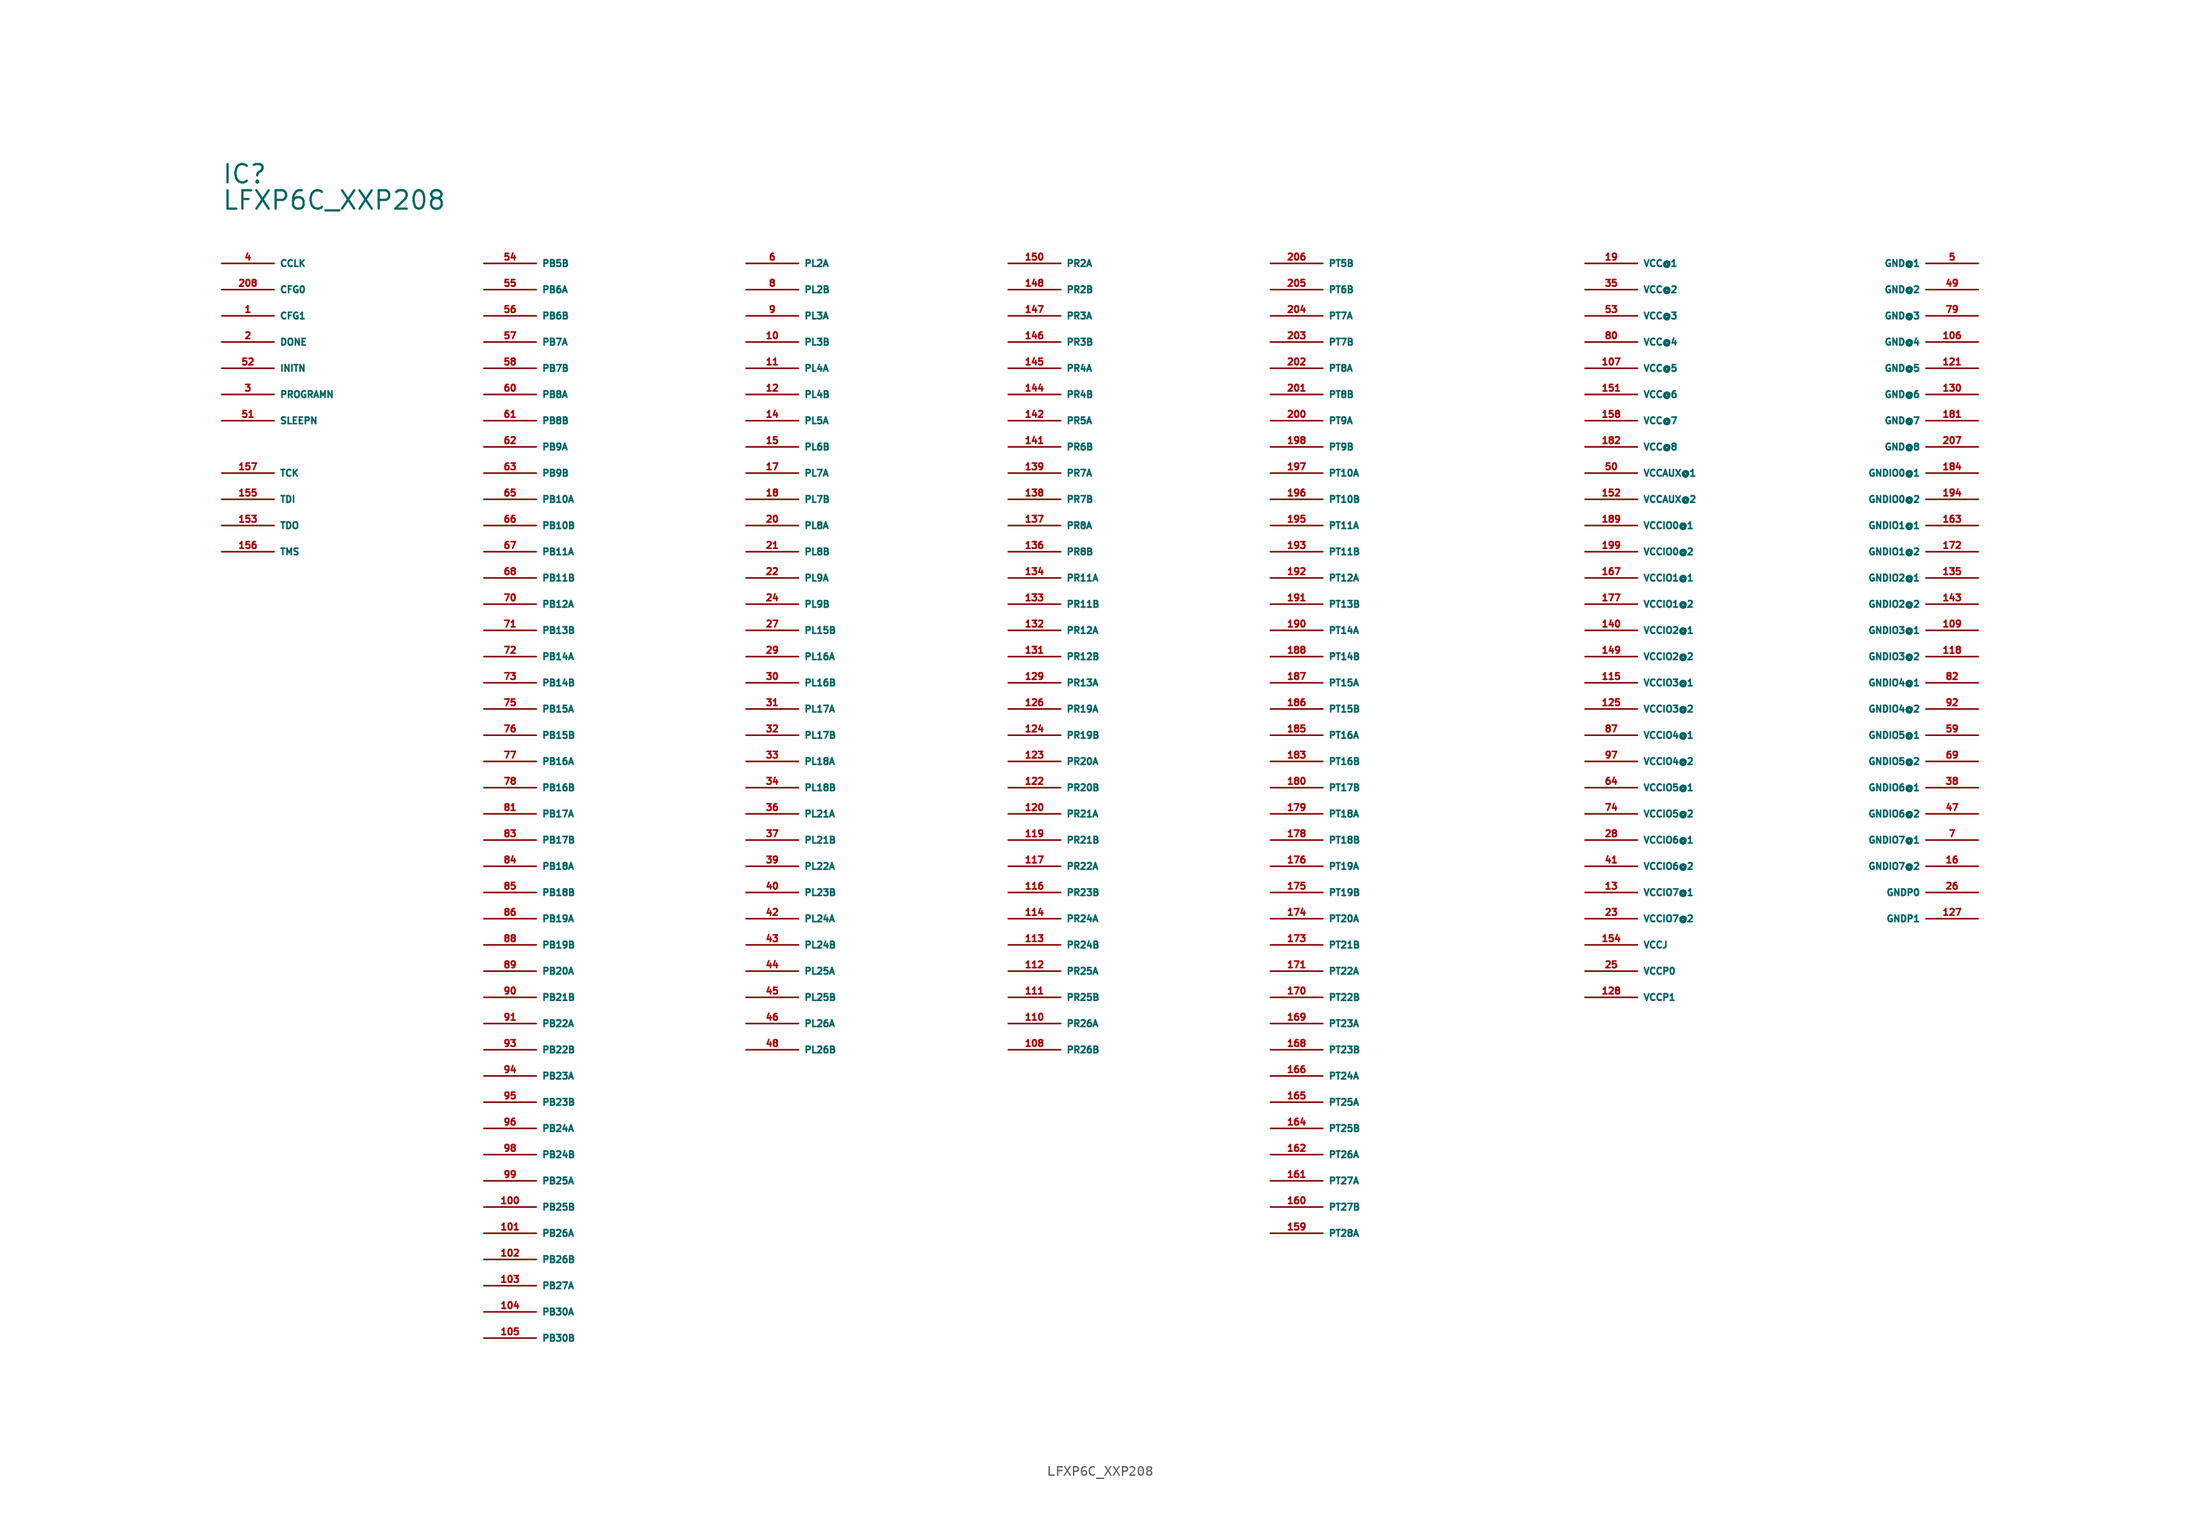
<source format=kicad_sym>
(kicad_symbol_lib
  (version 20220914)
  (generator Eagle2Kicad)
  (symbol "LFXP6C_XXP208"
    (property "Reference" "IC"
      (at -106.68 58.42 0)
      (effects (font (size 1.778 1.778) (thickness 0.22)) (justify left bottom)))
    (property "Value" "LFXP6C_XXP208"
      (at -106.68 55.88 0)
      (effects (font (size 1.778 1.778) (thickness 0.22)) (justify left bottom)))
    (pin bidirectional line
      (at -106.68 50.8 0)
      (length 5.08)
      (name "CCLK" (effects (font (size 0.635 0.635) (thickness 0.08)) (justify left bottom)))
      (number "4" (effects (font (size 0.635 0.635) (thickness 0.08)) (justify left bottom))))
    (pin input line
      (at -106.68 48.26 0)
      (length 5.08)
      (name "CFG0" (effects (font (size 0.635 0.635) (thickness 0.08)) (justify left bottom)))
      (number "208" (effects (font (size 0.635 0.635) (thickness 0.08)) (justify left bottom))))
    (pin input line
      (at -106.68 45.72 0)
      (length 5.08)
      (name "CFG1" (effects (font (size 0.635 0.635) (thickness 0.08)) (justify left bottom)))
      (number "1" (effects (font (size 0.635 0.635) (thickness 0.08)) (justify left bottom))))
    (pin bidirectional line
      (at -106.68 43.18 0)
      (length 5.08)
      (name "DONE" (effects (font (size 0.635 0.635) (thickness 0.08)) (justify left bottom)))
      (number "2" (effects (font (size 0.635 0.635) (thickness 0.08)) (justify left bottom))))
    (pin unspecified line
      (at 63.5 50.8 180)
      (length 5.08)
      (name "GND@1" (effects (font (size 0.635 0.635) (thickness 0.08)) (justify left bottom)))
      (number "5" (effects (font (size 0.635 0.635) (thickness 0.08)) (justify left bottom))))
    (pin unspecified line
      (at 63.5 48.26 180)
      (length 5.08)
      (name "GND@2" (effects (font (size 0.635 0.635) (thickness 0.08)) (justify left bottom)))
      (number "49" (effects (font (size 0.635 0.635) (thickness 0.08)) (justify left bottom))))
    (pin unspecified line
      (at 63.5 45.72 180)
      (length 5.08)
      (name "GND@3" (effects (font (size 0.635 0.635) (thickness 0.08)) (justify left bottom)))
      (number "79" (effects (font (size 0.635 0.635) (thickness 0.08)) (justify left bottom))))
    (pin unspecified line
      (at 63.5 43.18 180)
      (length 5.08)
      (name "GND@4" (effects (font (size 0.635 0.635) (thickness 0.08)) (justify left bottom)))
      (number "106" (effects (font (size 0.635 0.635) (thickness 0.08)) (justify left bottom))))
    (pin unspecified line
      (at 63.5 40.64 180)
      (length 5.08)
      (name "GND@5" (effects (font (size 0.635 0.635) (thickness 0.08)) (justify left bottom)))
      (number "121" (effects (font (size 0.635 0.635) (thickness 0.08)) (justify left bottom))))
    (pin unspecified line
      (at 63.5 38.1 180)
      (length 5.08)
      (name "GND@6" (effects (font (size 0.635 0.635) (thickness 0.08)) (justify left bottom)))
      (number "130" (effects (font (size 0.635 0.635) (thickness 0.08)) (justify left bottom))))
    (pin unspecified line
      (at 63.5 35.56 180)
      (length 5.08)
      (name "GND@7" (effects (font (size 0.635 0.635) (thickness 0.08)) (justify left bottom)))
      (number "181" (effects (font (size 0.635 0.635) (thickness 0.08)) (justify left bottom))))
    (pin unspecified line
      (at 63.5 33.02 180)
      (length 5.08)
      (name "GND@8" (effects (font (size 0.635 0.635) (thickness 0.08)) (justify left bottom)))
      (number "207" (effects (font (size 0.635 0.635) (thickness 0.08)) (justify left bottom))))
    (pin unspecified line
      (at 63.5 30.48 180)
      (length 5.08)
      (name "GNDIO0@1" (effects (font (size 0.635 0.635) (thickness 0.08)) (justify left bottom)))
      (number "184" (effects (font (size 0.635 0.635) (thickness 0.08)) (justify left bottom))))
    (pin unspecified line
      (at 63.5 27.94 180)
      (length 5.08)
      (name "GNDIO0@2" (effects (font (size 0.635 0.635) (thickness 0.08)) (justify left bottom)))
      (number "194" (effects (font (size 0.635 0.635) (thickness 0.08)) (justify left bottom))))
    (pin unspecified line
      (at 63.5 25.4 180)
      (length 5.08)
      (name "GNDIO1@1" (effects (font (size 0.635 0.635) (thickness 0.08)) (justify left bottom)))
      (number "163" (effects (font (size 0.635 0.635) (thickness 0.08)) (justify left bottom))))
    (pin unspecified line
      (at 63.5 22.86 180)
      (length 5.08)
      (name "GNDIO1@2" (effects (font (size 0.635 0.635) (thickness 0.08)) (justify left bottom)))
      (number "172" (effects (font (size 0.635 0.635) (thickness 0.08)) (justify left bottom))))
    (pin unspecified line
      (at 63.5 20.32 180)
      (length 5.08)
      (name "GNDIO2@1" (effects (font (size 0.635 0.635) (thickness 0.08)) (justify left bottom)))
      (number "135" (effects (font (size 0.635 0.635) (thickness 0.08)) (justify left bottom))))
    (pin unspecified line
      (at 63.5 17.78 180)
      (length 5.08)
      (name "GNDIO2@2" (effects (font (size 0.635 0.635) (thickness 0.08)) (justify left bottom)))
      (number "143" (effects (font (size 0.635 0.635) (thickness 0.08)) (justify left bottom))))
    (pin unspecified line
      (at 63.5 15.24 180)
      (length 5.08)
      (name "GNDIO3@1" (effects (font (size 0.635 0.635) (thickness 0.08)) (justify left bottom)))
      (number "109" (effects (font (size 0.635 0.635) (thickness 0.08)) (justify left bottom))))
    (pin unspecified line
      (at 63.5 12.7 180)
      (length 5.08)
      (name "GNDIO3@2" (effects (font (size 0.635 0.635) (thickness 0.08)) (justify left bottom)))
      (number "118" (effects (font (size 0.635 0.635) (thickness 0.08)) (justify left bottom))))
    (pin unspecified line
      (at 63.5 10.16 180)
      (length 5.08)
      (name "GNDIO4@1" (effects (font (size 0.635 0.635) (thickness 0.08)) (justify left bottom)))
      (number "82" (effects (font (size 0.635 0.635) (thickness 0.08)) (justify left bottom))))
    (pin unspecified line
      (at 63.5 7.62 180)
      (length 5.08)
      (name "GNDIO4@2" (effects (font (size 0.635 0.635) (thickness 0.08)) (justify left bottom)))
      (number "92" (effects (font (size 0.635 0.635) (thickness 0.08)) (justify left bottom))))
    (pin unspecified line
      (at 63.5 5.08 180)
      (length 5.08)
      (name "GNDIO5@1" (effects (font (size 0.635 0.635) (thickness 0.08)) (justify left bottom)))
      (number "59" (effects (font (size 0.635 0.635) (thickness 0.08)) (justify left bottom))))
    (pin unspecified line
      (at 63.5 2.54 180)
      (length 5.08)
      (name "GNDIO5@2" (effects (font (size 0.635 0.635) (thickness 0.08)) (justify left bottom)))
      (number "69" (effects (font (size 0.635 0.635) (thickness 0.08)) (justify left bottom))))
    (pin unspecified line
      (at 63.5 0 180)
      (length 5.08)
      (name "GNDIO6@1" (effects (font (size 0.635 0.635) (thickness 0.08)) (justify left bottom)))
      (number "38" (effects (font (size 0.635 0.635) (thickness 0.08)) (justify left bottom))))
    (pin unspecified line
      (at 63.5 -2.54 180)
      (length 5.08)
      (name "GNDIO6@2" (effects (font (size 0.635 0.635) (thickness 0.08)) (justify left bottom)))
      (number "47" (effects (font (size 0.635 0.635) (thickness 0.08)) (justify left bottom))))
    (pin unspecified line
      (at 63.5 -5.08 180)
      (length 5.08)
      (name "GNDIO7@1" (effects (font (size 0.635 0.635) (thickness 0.08)) (justify left bottom)))
      (number "7" (effects (font (size 0.635 0.635) (thickness 0.08)) (justify left bottom))))
    (pin unspecified line
      (at 63.5 -7.62 180)
      (length 5.08)
      (name "GNDIO7@2" (effects (font (size 0.635 0.635) (thickness 0.08)) (justify left bottom)))
      (number "16" (effects (font (size 0.635 0.635) (thickness 0.08)) (justify left bottom))))
    (pin unspecified line
      (at 63.5 -10.16 180)
      (length 5.08)
      (name "GNDP0" (effects (font (size 0.635 0.635) (thickness 0.08)) (justify left bottom)))
      (number "26" (effects (font (size 0.635 0.635) (thickness 0.08)) (justify left bottom))))
    (pin unspecified line
      (at 63.5 -12.7 180)
      (length 5.08)
      (name "GNDP1" (effects (font (size 0.635 0.635) (thickness 0.08)) (justify left bottom)))
      (number "127" (effects (font (size 0.635 0.635) (thickness 0.08)) (justify left bottom))))
    (pin bidirectional line
      (at -106.68 40.64 0)
      (length 5.08)
      (name "INITN" (effects (font (size 0.635 0.635) (thickness 0.08)) (justify left bottom)))
      (number "52" (effects (font (size 0.635 0.635) (thickness 0.08)) (justify left bottom))))
    (pin bidirectional line
      (at -81.28 50.8 0)
      (length 5.08)
      (name "PB5B" (effects (font (size 0.635 0.635) (thickness 0.08)) (justify left bottom)))
      (number "54" (effects (font (size 0.635 0.635) (thickness 0.08)) (justify left bottom))))
    (pin bidirectional line
      (at -81.28 48.26 0)
      (length 5.08)
      (name "PB6A" (effects (font (size 0.635 0.635) (thickness 0.08)) (justify left bottom)))
      (number "55" (effects (font (size 0.635 0.635) (thickness 0.08)) (justify left bottom))))
    (pin bidirectional line
      (at -81.28 45.72 0)
      (length 5.08)
      (name "PB6B" (effects (font (size 0.635 0.635) (thickness 0.08)) (justify left bottom)))
      (number "56" (effects (font (size 0.635 0.635) (thickness 0.08)) (justify left bottom))))
    (pin bidirectional line
      (at -81.28 43.18 0)
      (length 5.08)
      (name "PB7A" (effects (font (size 0.635 0.635) (thickness 0.08)) (justify left bottom)))
      (number "57" (effects (font (size 0.635 0.635) (thickness 0.08)) (justify left bottom))))
    (pin bidirectional line
      (at -81.28 40.64 0)
      (length 5.08)
      (name "PB7B" (effects (font (size 0.635 0.635) (thickness 0.08)) (justify left bottom)))
      (number "58" (effects (font (size 0.635 0.635) (thickness 0.08)) (justify left bottom))))
    (pin bidirectional line
      (at -81.28 38.1 0)
      (length 5.08)
      (name "PB8A" (effects (font (size 0.635 0.635) (thickness 0.08)) (justify left bottom)))
      (number "60" (effects (font (size 0.635 0.635) (thickness 0.08)) (justify left bottom))))
    (pin bidirectional line
      (at -81.28 35.56 0)
      (length 5.08)
      (name "PB8B" (effects (font (size 0.635 0.635) (thickness 0.08)) (justify left bottom)))
      (number "61" (effects (font (size 0.635 0.635) (thickness 0.08)) (justify left bottom))))
    (pin bidirectional line
      (at -81.28 33.02 0)
      (length 5.08)
      (name "PB9A" (effects (font (size 0.635 0.635) (thickness 0.08)) (justify left bottom)))
      (number "62" (effects (font (size 0.635 0.635) (thickness 0.08)) (justify left bottom))))
    (pin bidirectional line
      (at -81.28 30.48 0)
      (length 5.08)
      (name "PB9B" (effects (font (size 0.635 0.635) (thickness 0.08)) (justify left bottom)))
      (number "63" (effects (font (size 0.635 0.635) (thickness 0.08)) (justify left bottom))))
    (pin bidirectional line
      (at -81.28 27.94 0)
      (length 5.08)
      (name "PB10A" (effects (font (size 0.635 0.635) (thickness 0.08)) (justify left bottom)))
      (number "65" (effects (font (size 0.635 0.635) (thickness 0.08)) (justify left bottom))))
    (pin bidirectional line
      (at -81.28 25.4 0)
      (length 5.08)
      (name "PB10B" (effects (font (size 0.635 0.635) (thickness 0.08)) (justify left bottom)))
      (number "66" (effects (font (size 0.635 0.635) (thickness 0.08)) (justify left bottom))))
    (pin bidirectional line
      (at -81.28 22.86 0)
      (length 5.08)
      (name "PB11A" (effects (font (size 0.635 0.635) (thickness 0.08)) (justify left bottom)))
      (number "67" (effects (font (size 0.635 0.635) (thickness 0.08)) (justify left bottom))))
    (pin bidirectional line
      (at -81.28 20.32 0)
      (length 5.08)
      (name "PB11B" (effects (font (size 0.635 0.635) (thickness 0.08)) (justify left bottom)))
      (number "68" (effects (font (size 0.635 0.635) (thickness 0.08)) (justify left bottom))))
    (pin bidirectional line
      (at -81.28 17.78 0)
      (length 5.08)
      (name "PB12A" (effects (font (size 0.635 0.635) (thickness 0.08)) (justify left bottom)))
      (number "70" (effects (font (size 0.635 0.635) (thickness 0.08)) (justify left bottom))))
    (pin bidirectional line
      (at -81.28 15.24 0)
      (length 5.08)
      (name "PB13B" (effects (font (size 0.635 0.635) (thickness 0.08)) (justify left bottom)))
      (number "71" (effects (font (size 0.635 0.635) (thickness 0.08)) (justify left bottom))))
    (pin bidirectional line
      (at -81.28 12.7 0)
      (length 5.08)
      (name "PB14A" (effects (font (size 0.635 0.635) (thickness 0.08)) (justify left bottom)))
      (number "72" (effects (font (size 0.635 0.635) (thickness 0.08)) (justify left bottom))))
    (pin bidirectional line
      (at -81.28 10.16 0)
      (length 5.08)
      (name "PB14B" (effects (font (size 0.635 0.635) (thickness 0.08)) (justify left bottom)))
      (number "73" (effects (font (size 0.635 0.635) (thickness 0.08)) (justify left bottom))))
    (pin bidirectional line
      (at -81.28 7.62 0)
      (length 5.08)
      (name "PB15A" (effects (font (size 0.635 0.635) (thickness 0.08)) (justify left bottom)))
      (number "75" (effects (font (size 0.635 0.635) (thickness 0.08)) (justify left bottom))))
    (pin bidirectional line
      (at -81.28 5.08 0)
      (length 5.08)
      (name "PB15B" (effects (font (size 0.635 0.635) (thickness 0.08)) (justify left bottom)))
      (number "76" (effects (font (size 0.635 0.635) (thickness 0.08)) (justify left bottom))))
    (pin bidirectional line
      (at -81.28 2.54 0)
      (length 5.08)
      (name "PB16A" (effects (font (size 0.635 0.635) (thickness 0.08)) (justify left bottom)))
      (number "77" (effects (font (size 0.635 0.635) (thickness 0.08)) (justify left bottom))))
    (pin bidirectional line
      (at -81.28 0 0)
      (length 5.08)
      (name "PB16B" (effects (font (size 0.635 0.635) (thickness 0.08)) (justify left bottom)))
      (number "78" (effects (font (size 0.635 0.635) (thickness 0.08)) (justify left bottom))))
    (pin bidirectional line
      (at -81.28 -2.54 0)
      (length 5.08)
      (name "PB17A" (effects (font (size 0.635 0.635) (thickness 0.08)) (justify left bottom)))
      (number "81" (effects (font (size 0.635 0.635) (thickness 0.08)) (justify left bottom))))
    (pin bidirectional line
      (at -81.28 -5.08 0)
      (length 5.08)
      (name "PB17B" (effects (font (size 0.635 0.635) (thickness 0.08)) (justify left bottom)))
      (number "83" (effects (font (size 0.635 0.635) (thickness 0.08)) (justify left bottom))))
    (pin bidirectional line
      (at -81.28 -7.62 0)
      (length 5.08)
      (name "PB18A" (effects (font (size 0.635 0.635) (thickness 0.08)) (justify left bottom)))
      (number "84" (effects (font (size 0.635 0.635) (thickness 0.08)) (justify left bottom))))
    (pin bidirectional line
      (at -81.28 -10.16 0)
      (length 5.08)
      (name "PB18B" (effects (font (size 0.635 0.635) (thickness 0.08)) (justify left bottom)))
      (number "85" (effects (font (size 0.635 0.635) (thickness 0.08)) (justify left bottom))))
    (pin bidirectional line
      (at -81.28 -12.7 0)
      (length 5.08)
      (name "PB19A" (effects (font (size 0.635 0.635) (thickness 0.08)) (justify left bottom)))
      (number "86" (effects (font (size 0.635 0.635) (thickness 0.08)) (justify left bottom))))
    (pin bidirectional line
      (at -81.28 -15.24 0)
      (length 5.08)
      (name "PB19B" (effects (font (size 0.635 0.635) (thickness 0.08)) (justify left bottom)))
      (number "88" (effects (font (size 0.635 0.635) (thickness 0.08)) (justify left bottom))))
    (pin bidirectional line
      (at -81.28 -17.78 0)
      (length 5.08)
      (name "PB20A" (effects (font (size 0.635 0.635) (thickness 0.08)) (justify left bottom)))
      (number "89" (effects (font (size 0.635 0.635) (thickness 0.08)) (justify left bottom))))
    (pin bidirectional line
      (at -81.28 -20.32 0)
      (length 5.08)
      (name "PB21B" (effects (font (size 0.635 0.635) (thickness 0.08)) (justify left bottom)))
      (number "90" (effects (font (size 0.635 0.635) (thickness 0.08)) (justify left bottom))))
    (pin bidirectional line
      (at -81.28 -22.86 0)
      (length 5.08)
      (name "PB22A" (effects (font (size 0.635 0.635) (thickness 0.08)) (justify left bottom)))
      (number "91" (effects (font (size 0.635 0.635) (thickness 0.08)) (justify left bottom))))
    (pin bidirectional line
      (at -81.28 -25.4 0)
      (length 5.08)
      (name "PB22B" (effects (font (size 0.635 0.635) (thickness 0.08)) (justify left bottom)))
      (number "93" (effects (font (size 0.635 0.635) (thickness 0.08)) (justify left bottom))))
    (pin bidirectional line
      (at -81.28 -27.94 0)
      (length 5.08)
      (name "PB23A" (effects (font (size 0.635 0.635) (thickness 0.08)) (justify left bottom)))
      (number "94" (effects (font (size 0.635 0.635) (thickness 0.08)) (justify left bottom))))
    (pin bidirectional line
      (at -81.28 -30.48 0)
      (length 5.08)
      (name "PB23B" (effects (font (size 0.635 0.635) (thickness 0.08)) (justify left bottom)))
      (number "95" (effects (font (size 0.635 0.635) (thickness 0.08)) (justify left bottom))))
    (pin bidirectional line
      (at -81.28 -33.02 0)
      (length 5.08)
      (name "PB24A" (effects (font (size 0.635 0.635) (thickness 0.08)) (justify left bottom)))
      (number "96" (effects (font (size 0.635 0.635) (thickness 0.08)) (justify left bottom))))
    (pin bidirectional line
      (at -81.28 -35.56 0)
      (length 5.08)
      (name "PB24B" (effects (font (size 0.635 0.635) (thickness 0.08)) (justify left bottom)))
      (number "98" (effects (font (size 0.635 0.635) (thickness 0.08)) (justify left bottom))))
    (pin bidirectional line
      (at -81.28 -38.1 0)
      (length 5.08)
      (name "PB25A" (effects (font (size 0.635 0.635) (thickness 0.08)) (justify left bottom)))
      (number "99" (effects (font (size 0.635 0.635) (thickness 0.08)) (justify left bottom))))
    (pin bidirectional line
      (at -81.28 -40.64 0)
      (length 5.08)
      (name "PB25B" (effects (font (size 0.635 0.635) (thickness 0.08)) (justify left bottom)))
      (number "100" (effects (font (size 0.635 0.635) (thickness 0.08)) (justify left bottom))))
    (pin bidirectional line
      (at -81.28 -43.18 0)
      (length 5.08)
      (name "PB26A" (effects (font (size 0.635 0.635) (thickness 0.08)) (justify left bottom)))
      (number "101" (effects (font (size 0.635 0.635) (thickness 0.08)) (justify left bottom))))
    (pin bidirectional line
      (at -81.28 -45.72 0)
      (length 5.08)
      (name "PB26B" (effects (font (size 0.635 0.635) (thickness 0.08)) (justify left bottom)))
      (number "102" (effects (font (size 0.635 0.635) (thickness 0.08)) (justify left bottom))))
    (pin bidirectional line
      (at -81.28 -48.26 0)
      (length 5.08)
      (name "PB27A" (effects (font (size 0.635 0.635) (thickness 0.08)) (justify left bottom)))
      (number "103" (effects (font (size 0.635 0.635) (thickness 0.08)) (justify left bottom))))
    (pin bidirectional line
      (at -81.28 -50.8 0)
      (length 5.08)
      (name "PB30A" (effects (font (size 0.635 0.635) (thickness 0.08)) (justify left bottom)))
      (number "104" (effects (font (size 0.635 0.635) (thickness 0.08)) (justify left bottom))))
    (pin bidirectional line
      (at -81.28 -53.34 0)
      (length 5.08)
      (name "PB30B" (effects (font (size 0.635 0.635) (thickness 0.08)) (justify left bottom)))
      (number "105" (effects (font (size 0.635 0.635) (thickness 0.08)) (justify left bottom))))
    (pin bidirectional line
      (at -55.88 50.8 0)
      (length 5.08)
      (name "PL2A" (effects (font (size 0.635 0.635) (thickness 0.08)) (justify left bottom)))
      (number "6" (effects (font (size 0.635 0.635) (thickness 0.08)) (justify left bottom))))
    (pin bidirectional line
      (at -55.88 48.26 0)
      (length 5.08)
      (name "PL2B" (effects (font (size 0.635 0.635) (thickness 0.08)) (justify left bottom)))
      (number "8" (effects (font (size 0.635 0.635) (thickness 0.08)) (justify left bottom))))
    (pin bidirectional line
      (at -55.88 45.72 0)
      (length 5.08)
      (name "PL3A" (effects (font (size 0.635 0.635) (thickness 0.08)) (justify left bottom)))
      (number "9" (effects (font (size 0.635 0.635) (thickness 0.08)) (justify left bottom))))
    (pin bidirectional line
      (at -55.88 43.18 0)
      (length 5.08)
      (name "PL3B" (effects (font (size 0.635 0.635) (thickness 0.08)) (justify left bottom)))
      (number "10" (effects (font (size 0.635 0.635) (thickness 0.08)) (justify left bottom))))
    (pin bidirectional line
      (at -55.88 40.64 0)
      (length 5.08)
      (name "PL4A" (effects (font (size 0.635 0.635) (thickness 0.08)) (justify left bottom)))
      (number "11" (effects (font (size 0.635 0.635) (thickness 0.08)) (justify left bottom))))
    (pin bidirectional line
      (at -55.88 38.1 0)
      (length 5.08)
      (name "PL4B" (effects (font (size 0.635 0.635) (thickness 0.08)) (justify left bottom)))
      (number "12" (effects (font (size 0.635 0.635) (thickness 0.08)) (justify left bottom))))
    (pin bidirectional line
      (at -55.88 35.56 0)
      (length 5.08)
      (name "PL5A" (effects (font (size 0.635 0.635) (thickness 0.08)) (justify left bottom)))
      (number "14" (effects (font (size 0.635 0.635) (thickness 0.08)) (justify left bottom))))
    (pin bidirectional line
      (at -55.88 33.02 0)
      (length 5.08)
      (name "PL6B" (effects (font (size 0.635 0.635) (thickness 0.08)) (justify left bottom)))
      (number "15" (effects (font (size 0.635 0.635) (thickness 0.08)) (justify left bottom))))
    (pin bidirectional line
      (at -55.88 30.48 0)
      (length 5.08)
      (name "PL7A" (effects (font (size 0.635 0.635) (thickness 0.08)) (justify left bottom)))
      (number "17" (effects (font (size 0.635 0.635) (thickness 0.08)) (justify left bottom))))
    (pin bidirectional line
      (at -55.88 27.94 0)
      (length 5.08)
      (name "PL7B" (effects (font (size 0.635 0.635) (thickness 0.08)) (justify left bottom)))
      (number "18" (effects (font (size 0.635 0.635) (thickness 0.08)) (justify left bottom))))
    (pin bidirectional line
      (at -55.88 25.4 0)
      (length 5.08)
      (name "PL8A" (effects (font (size 0.635 0.635) (thickness 0.08)) (justify left bottom)))
      (number "20" (effects (font (size 0.635 0.635) (thickness 0.08)) (justify left bottom))))
    (pin bidirectional line
      (at -55.88 22.86 0)
      (length 5.08)
      (name "PL8B" (effects (font (size 0.635 0.635) (thickness 0.08)) (justify left bottom)))
      (number "21" (effects (font (size 0.635 0.635) (thickness 0.08)) (justify left bottom))))
    (pin bidirectional line
      (at -55.88 20.32 0)
      (length 5.08)
      (name "PL9A" (effects (font (size 0.635 0.635) (thickness 0.08)) (justify left bottom)))
      (number "22" (effects (font (size 0.635 0.635) (thickness 0.08)) (justify left bottom))))
    (pin bidirectional line
      (at -55.88 17.78 0)
      (length 5.08)
      (name "PL9B" (effects (font (size 0.635 0.635) (thickness 0.08)) (justify left bottom)))
      (number "24" (effects (font (size 0.635 0.635) (thickness 0.08)) (justify left bottom))))
    (pin bidirectional line
      (at -55.88 15.24 0)
      (length 5.08)
      (name "PL15B" (effects (font (size 0.635 0.635) (thickness 0.08)) (justify left bottom)))
      (number "27" (effects (font (size 0.635 0.635) (thickness 0.08)) (justify left bottom))))
    (pin bidirectional line
      (at -55.88 12.7 0)
      (length 5.08)
      (name "PL16A" (effects (font (size 0.635 0.635) (thickness 0.08)) (justify left bottom)))
      (number "29" (effects (font (size 0.635 0.635) (thickness 0.08)) (justify left bottom))))
    (pin bidirectional line
      (at -55.88 10.16 0)
      (length 5.08)
      (name "PL16B" (effects (font (size 0.635 0.635) (thickness 0.08)) (justify left bottom)))
      (number "30" (effects (font (size 0.635 0.635) (thickness 0.08)) (justify left bottom))))
    (pin bidirectional line
      (at -55.88 7.62 0)
      (length 5.08)
      (name "PL17A" (effects (font (size 0.635 0.635) (thickness 0.08)) (justify left bottom)))
      (number "31" (effects (font (size 0.635 0.635) (thickness 0.08)) (justify left bottom))))
    (pin bidirectional line
      (at -55.88 5.08 0)
      (length 5.08)
      (name "PL17B" (effects (font (size 0.635 0.635) (thickness 0.08)) (justify left bottom)))
      (number "32" (effects (font (size 0.635 0.635) (thickness 0.08)) (justify left bottom))))
    (pin bidirectional line
      (at -55.88 2.54 0)
      (length 5.08)
      (name "PL18A" (effects (font (size 0.635 0.635) (thickness 0.08)) (justify left bottom)))
      (number "33" (effects (font (size 0.635 0.635) (thickness 0.08)) (justify left bottom))))
    (pin bidirectional line
      (at -55.88 0 0)
      (length 5.08)
      (name "PL18B" (effects (font (size 0.635 0.635) (thickness 0.08)) (justify left bottom)))
      (number "34" (effects (font (size 0.635 0.635) (thickness 0.08)) (justify left bottom))))
    (pin bidirectional line
      (at -55.88 -2.54 0)
      (length 5.08)
      (name "PL21A" (effects (font (size 0.635 0.635) (thickness 0.08)) (justify left bottom)))
      (number "36" (effects (font (size 0.635 0.635) (thickness 0.08)) (justify left bottom))))
    (pin bidirectional line
      (at -55.88 -5.08 0)
      (length 5.08)
      (name "PL21B" (effects (font (size 0.635 0.635) (thickness 0.08)) (justify left bottom)))
      (number "37" (effects (font (size 0.635 0.635) (thickness 0.08)) (justify left bottom))))
    (pin bidirectional line
      (at -55.88 -7.62 0)
      (length 5.08)
      (name "PL22A" (effects (font (size 0.635 0.635) (thickness 0.08)) (justify left bottom)))
      (number "39" (effects (font (size 0.635 0.635) (thickness 0.08)) (justify left bottom))))
    (pin bidirectional line
      (at -55.88 -10.16 0)
      (length 5.08)
      (name "PL23B" (effects (font (size 0.635 0.635) (thickness 0.08)) (justify left bottom)))
      (number "40" (effects (font (size 0.635 0.635) (thickness 0.08)) (justify left bottom))))
    (pin bidirectional line
      (at -55.88 -12.7 0)
      (length 5.08)
      (name "PL24A" (effects (font (size 0.635 0.635) (thickness 0.08)) (justify left bottom)))
      (number "42" (effects (font (size 0.635 0.635) (thickness 0.08)) (justify left bottom))))
    (pin bidirectional line
      (at -55.88 -15.24 0)
      (length 5.08)
      (name "PL24B" (effects (font (size 0.635 0.635) (thickness 0.08)) (justify left bottom)))
      (number "43" (effects (font (size 0.635 0.635) (thickness 0.08)) (justify left bottom))))
    (pin bidirectional line
      (at -55.88 -17.78 0)
      (length 5.08)
      (name "PL25A" (effects (font (size 0.635 0.635) (thickness 0.08)) (justify left bottom)))
      (number "44" (effects (font (size 0.635 0.635) (thickness 0.08)) (justify left bottom))))
    (pin bidirectional line
      (at -55.88 -20.32 0)
      (length 5.08)
      (name "PL25B" (effects (font (size 0.635 0.635) (thickness 0.08)) (justify left bottom)))
      (number "45" (effects (font (size 0.635 0.635) (thickness 0.08)) (justify left bottom))))
    (pin bidirectional line
      (at -55.88 -22.86 0)
      (length 5.08)
      (name "PL26A" (effects (font (size 0.635 0.635) (thickness 0.08)) (justify left bottom)))
      (number "46" (effects (font (size 0.635 0.635) (thickness 0.08)) (justify left bottom))))
    (pin bidirectional line
      (at -55.88 -25.4 0)
      (length 5.08)
      (name "PL26B" (effects (font (size 0.635 0.635) (thickness 0.08)) (justify left bottom)))
      (number "48" (effects (font (size 0.635 0.635) (thickness 0.08)) (justify left bottom))))
    (pin bidirectional line
      (at -30.48 50.8 0)
      (length 5.08)
      (name "PR2A" (effects (font (size 0.635 0.635) (thickness 0.08)) (justify left bottom)))
      (number "150" (effects (font (size 0.635 0.635) (thickness 0.08)) (justify left bottom))))
    (pin bidirectional line
      (at -30.48 48.26 0)
      (length 5.08)
      (name "PR2B" (effects (font (size 0.635 0.635) (thickness 0.08)) (justify left bottom)))
      (number "148" (effects (font (size 0.635 0.635) (thickness 0.08)) (justify left bottom))))
    (pin bidirectional line
      (at -30.48 45.72 0)
      (length 5.08)
      (name "PR3A" (effects (font (size 0.635 0.635) (thickness 0.08)) (justify left bottom)))
      (number "147" (effects (font (size 0.635 0.635) (thickness 0.08)) (justify left bottom))))
    (pin bidirectional line
      (at -30.48 43.18 0)
      (length 5.08)
      (name "PR3B" (effects (font (size 0.635 0.635) (thickness 0.08)) (justify left bottom)))
      (number "146" (effects (font (size 0.635 0.635) (thickness 0.08)) (justify left bottom))))
    (pin bidirectional line
      (at -30.48 40.64 0)
      (length 5.08)
      (name "PR4A" (effects (font (size 0.635 0.635) (thickness 0.08)) (justify left bottom)))
      (number "145" (effects (font (size 0.635 0.635) (thickness 0.08)) (justify left bottom))))
    (pin bidirectional line
      (at -30.48 38.1 0)
      (length 5.08)
      (name "PR4B" (effects (font (size 0.635 0.635) (thickness 0.08)) (justify left bottom)))
      (number "144" (effects (font (size 0.635 0.635) (thickness 0.08)) (justify left bottom))))
    (pin bidirectional line
      (at -30.48 35.56 0)
      (length 5.08)
      (name "PR5A" (effects (font (size 0.635 0.635) (thickness 0.08)) (justify left bottom)))
      (number "142" (effects (font (size 0.635 0.635) (thickness 0.08)) (justify left bottom))))
    (pin bidirectional line
      (at -30.48 33.02 0)
      (length 5.08)
      (name "PR6B" (effects (font (size 0.635 0.635) (thickness 0.08)) (justify left bottom)))
      (number "141" (effects (font (size 0.635 0.635) (thickness 0.08)) (justify left bottom))))
    (pin bidirectional line
      (at -30.48 30.48 0)
      (length 5.08)
      (name "PR7A" (effects (font (size 0.635 0.635) (thickness 0.08)) (justify left bottom)))
      (number "139" (effects (font (size 0.635 0.635) (thickness 0.08)) (justify left bottom))))
    (pin bidirectional line
      (at -30.48 27.94 0)
      (length 5.08)
      (name "PR7B" (effects (font (size 0.635 0.635) (thickness 0.08)) (justify left bottom)))
      (number "138" (effects (font (size 0.635 0.635) (thickness 0.08)) (justify left bottom))))
    (pin bidirectional line
      (at -30.48 25.4 0)
      (length 5.08)
      (name "PR8A" (effects (font (size 0.635 0.635) (thickness 0.08)) (justify left bottom)))
      (number "137" (effects (font (size 0.635 0.635) (thickness 0.08)) (justify left bottom))))
    (pin bidirectional line
      (at -30.48 22.86 0)
      (length 5.08)
      (name "PR8B" (effects (font (size 0.635 0.635) (thickness 0.08)) (justify left bottom)))
      (number "136" (effects (font (size 0.635 0.635) (thickness 0.08)) (justify left bottom))))
    (pin bidirectional line
      (at -30.48 20.32 0)
      (length 5.08)
      (name "PR11A" (effects (font (size 0.635 0.635) (thickness 0.08)) (justify left bottom)))
      (number "134" (effects (font (size 0.635 0.635) (thickness 0.08)) (justify left bottom))))
    (pin bidirectional line
      (at -30.48 17.78 0)
      (length 5.08)
      (name "PR11B" (effects (font (size 0.635 0.635) (thickness 0.08)) (justify left bottom)))
      (number "133" (effects (font (size 0.635 0.635) (thickness 0.08)) (justify left bottom))))
    (pin bidirectional line
      (at -30.48 15.24 0)
      (length 5.08)
      (name "PR12A" (effects (font (size 0.635 0.635) (thickness 0.08)) (justify left bottom)))
      (number "132" (effects (font (size 0.635 0.635) (thickness 0.08)) (justify left bottom))))
    (pin bidirectional line
      (at -30.48 12.7 0)
      (length 5.08)
      (name "PR12B" (effects (font (size 0.635 0.635) (thickness 0.08)) (justify left bottom)))
      (number "131" (effects (font (size 0.635 0.635) (thickness 0.08)) (justify left bottom))))
    (pin bidirectional line
      (at -30.48 10.16 0)
      (length 5.08)
      (name "PR13A" (effects (font (size 0.635 0.635) (thickness 0.08)) (justify left bottom)))
      (number "129" (effects (font (size 0.635 0.635) (thickness 0.08)) (justify left bottom))))
    (pin bidirectional line
      (at -30.48 7.62 0)
      (length 5.08)
      (name "PR19A" (effects (font (size 0.635 0.635) (thickness 0.08)) (justify left bottom)))
      (number "126" (effects (font (size 0.635 0.635) (thickness 0.08)) (justify left bottom))))
    (pin bidirectional line
      (at -30.48 5.08 0)
      (length 5.08)
      (name "PR19B" (effects (font (size 0.635 0.635) (thickness 0.08)) (justify left bottom)))
      (number "124" (effects (font (size 0.635 0.635) (thickness 0.08)) (justify left bottom))))
    (pin bidirectional line
      (at -30.48 2.54 0)
      (length 5.08)
      (name "PR20A" (effects (font (size 0.635 0.635) (thickness 0.08)) (justify left bottom)))
      (number "123" (effects (font (size 0.635 0.635) (thickness 0.08)) (justify left bottom))))
    (pin bidirectional line
      (at -30.48 0 0)
      (length 5.08)
      (name "PR20B" (effects (font (size 0.635 0.635) (thickness 0.08)) (justify left bottom)))
      (number "122" (effects (font (size 0.635 0.635) (thickness 0.08)) (justify left bottom))))
    (pin bidirectional line
      (at -30.48 -2.54 0)
      (length 5.08)
      (name "PR21A" (effects (font (size 0.635 0.635) (thickness 0.08)) (justify left bottom)))
      (number "120" (effects (font (size 0.635 0.635) (thickness 0.08)) (justify left bottom))))
    (pin bidirectional line
      (at -30.48 -5.08 0)
      (length 5.08)
      (name "PR21B" (effects (font (size 0.635 0.635) (thickness 0.08)) (justify left bottom)))
      (number "119" (effects (font (size 0.635 0.635) (thickness 0.08)) (justify left bottom))))
    (pin bidirectional line
      (at -30.48 -7.62 0)
      (length 5.08)
      (name "PR22A" (effects (font (size 0.635 0.635) (thickness 0.08)) (justify left bottom)))
      (number "117" (effects (font (size 0.635 0.635) (thickness 0.08)) (justify left bottom))))
    (pin bidirectional line
      (at -30.48 -10.16 0)
      (length 5.08)
      (name "PR23B" (effects (font (size 0.635 0.635) (thickness 0.08)) (justify left bottom)))
      (number "116" (effects (font (size 0.635 0.635) (thickness 0.08)) (justify left bottom))))
    (pin bidirectional line
      (at -30.48 -12.7 0)
      (length 5.08)
      (name "PR24A" (effects (font (size 0.635 0.635) (thickness 0.08)) (justify left bottom)))
      (number "114" (effects (font (size 0.635 0.635) (thickness 0.08)) (justify left bottom))))
    (pin bidirectional line
      (at -30.48 -15.24 0)
      (length 5.08)
      (name "PR24B" (effects (font (size 0.635 0.635) (thickness 0.08)) (justify left bottom)))
      (number "113" (effects (font (size 0.635 0.635) (thickness 0.08)) (justify left bottom))))
    (pin bidirectional line
      (at -30.48 -17.78 0)
      (length 5.08)
      (name "PR25A" (effects (font (size 0.635 0.635) (thickness 0.08)) (justify left bottom)))
      (number "112" (effects (font (size 0.635 0.635) (thickness 0.08)) (justify left bottom))))
    (pin bidirectional line
      (at -30.48 -20.32 0)
      (length 5.08)
      (name "PR25B" (effects (font (size 0.635 0.635) (thickness 0.08)) (justify left bottom)))
      (number "111" (effects (font (size 0.635 0.635) (thickness 0.08)) (justify left bottom))))
    (pin bidirectional line
      (at -30.48 -22.86 0)
      (length 5.08)
      (name "PR26A" (effects (font (size 0.635 0.635) (thickness 0.08)) (justify left bottom)))
      (number "110" (effects (font (size 0.635 0.635) (thickness 0.08)) (justify left bottom))))
    (pin bidirectional line
      (at -30.48 -25.4 0)
      (length 5.08)
      (name "PR26B" (effects (font (size 0.635 0.635) (thickness 0.08)) (justify left bottom)))
      (number "108" (effects (font (size 0.635 0.635) (thickness 0.08)) (justify left bottom))))
    (pin input line
      (at -106.68 38.1 0)
      (length 5.08)
      (name "PROGRAMN" (effects (font (size 0.635 0.635) (thickness 0.08)) (justify left bottom)))
      (number "3" (effects (font (size 0.635 0.635) (thickness 0.08)) (justify left bottom))))
    (pin bidirectional line
      (at -5.08 50.8 0)
      (length 5.08)
      (name "PT5B" (effects (font (size 0.635 0.635) (thickness 0.08)) (justify left bottom)))
      (number "206" (effects (font (size 0.635 0.635) (thickness 0.08)) (justify left bottom))))
    (pin bidirectional line
      (at -5.08 48.26 0)
      (length 5.08)
      (name "PT6B" (effects (font (size 0.635 0.635) (thickness 0.08)) (justify left bottom)))
      (number "205" (effects (font (size 0.635 0.635) (thickness 0.08)) (justify left bottom))))
    (pin bidirectional line
      (at -5.08 45.72 0)
      (length 5.08)
      (name "PT7A" (effects (font (size 0.635 0.635) (thickness 0.08)) (justify left bottom)))
      (number "204" (effects (font (size 0.635 0.635) (thickness 0.08)) (justify left bottom))))
    (pin bidirectional line
      (at -5.08 43.18 0)
      (length 5.08)
      (name "PT7B" (effects (font (size 0.635 0.635) (thickness 0.08)) (justify left bottom)))
      (number "203" (effects (font (size 0.635 0.635) (thickness 0.08)) (justify left bottom))))
    (pin bidirectional line
      (at -5.08 40.64 0)
      (length 5.08)
      (name "PT8A" (effects (font (size 0.635 0.635) (thickness 0.08)) (justify left bottom)))
      (number "202" (effects (font (size 0.635 0.635) (thickness 0.08)) (justify left bottom))))
    (pin bidirectional line
      (at -5.08 38.1 0)
      (length 5.08)
      (name "PT8B" (effects (font (size 0.635 0.635) (thickness 0.08)) (justify left bottom)))
      (number "201" (effects (font (size 0.635 0.635) (thickness 0.08)) (justify left bottom))))
    (pin bidirectional line
      (at -5.08 35.56 0)
      (length 5.08)
      (name "PT9A" (effects (font (size 0.635 0.635) (thickness 0.08)) (justify left bottom)))
      (number "200" (effects (font (size 0.635 0.635) (thickness 0.08)) (justify left bottom))))
    (pin bidirectional line
      (at -5.08 33.02 0)
      (length 5.08)
      (name "PT9B" (effects (font (size 0.635 0.635) (thickness 0.08)) (justify left bottom)))
      (number "198" (effects (font (size 0.635 0.635) (thickness 0.08)) (justify left bottom))))
    (pin bidirectional line
      (at -5.08 30.48 0)
      (length 5.08)
      (name "PT10A" (effects (font (size 0.635 0.635) (thickness 0.08)) (justify left bottom)))
      (number "197" (effects (font (size 0.635 0.635) (thickness 0.08)) (justify left bottom))))
    (pin bidirectional line
      (at -5.08 27.94 0)
      (length 5.08)
      (name "PT10B" (effects (font (size 0.635 0.635) (thickness 0.08)) (justify left bottom)))
      (number "196" (effects (font (size 0.635 0.635) (thickness 0.08)) (justify left bottom))))
    (pin bidirectional line
      (at -5.08 25.4 0)
      (length 5.08)
      (name "PT11A" (effects (font (size 0.635 0.635) (thickness 0.08)) (justify left bottom)))
      (number "195" (effects (font (size 0.635 0.635) (thickness 0.08)) (justify left bottom))))
    (pin bidirectional line
      (at -5.08 22.86 0)
      (length 5.08)
      (name "PT11B" (effects (font (size 0.635 0.635) (thickness 0.08)) (justify left bottom)))
      (number "193" (effects (font (size 0.635 0.635) (thickness 0.08)) (justify left bottom))))
    (pin bidirectional line
      (at -5.08 20.32 0)
      (length 5.08)
      (name "PT12A" (effects (font (size 0.635 0.635) (thickness 0.08)) (justify left bottom)))
      (number "192" (effects (font (size 0.635 0.635) (thickness 0.08)) (justify left bottom))))
    (pin bidirectional line
      (at -5.08 17.78 0)
      (length 5.08)
      (name "PT13B" (effects (font (size 0.635 0.635) (thickness 0.08)) (justify left bottom)))
      (number "191" (effects (font (size 0.635 0.635) (thickness 0.08)) (justify left bottom))))
    (pin bidirectional line
      (at -5.08 15.24 0)
      (length 5.08)
      (name "PT14A" (effects (font (size 0.635 0.635) (thickness 0.08)) (justify left bottom)))
      (number "190" (effects (font (size 0.635 0.635) (thickness 0.08)) (justify left bottom))))
    (pin bidirectional line
      (at -5.08 12.7 0)
      (length 5.08)
      (name "PT14B" (effects (font (size 0.635 0.635) (thickness 0.08)) (justify left bottom)))
      (number "188" (effects (font (size 0.635 0.635) (thickness 0.08)) (justify left bottom))))
    (pin bidirectional line
      (at -5.08 10.16 0)
      (length 5.08)
      (name "PT15A" (effects (font (size 0.635 0.635) (thickness 0.08)) (justify left bottom)))
      (number "187" (effects (font (size 0.635 0.635) (thickness 0.08)) (justify left bottom))))
    (pin bidirectional line
      (at -5.08 7.62 0)
      (length 5.08)
      (name "PT15B" (effects (font (size 0.635 0.635) (thickness 0.08)) (justify left bottom)))
      (number "186" (effects (font (size 0.635 0.635) (thickness 0.08)) (justify left bottom))))
    (pin bidirectional line
      (at -5.08 5.08 0)
      (length 5.08)
      (name "PT16A" (effects (font (size 0.635 0.635) (thickness 0.08)) (justify left bottom)))
      (number "185" (effects (font (size 0.635 0.635) (thickness 0.08)) (justify left bottom))))
    (pin bidirectional line
      (at -5.08 2.54 0)
      (length 5.08)
      (name "PT16B" (effects (font (size 0.635 0.635) (thickness 0.08)) (justify left bottom)))
      (number "183" (effects (font (size 0.635 0.635) (thickness 0.08)) (justify left bottom))))
    (pin bidirectional line
      (at -5.08 0 0)
      (length 5.08)
      (name "PT17B" (effects (font (size 0.635 0.635) (thickness 0.08)) (justify left bottom)))
      (number "180" (effects (font (size 0.635 0.635) (thickness 0.08)) (justify left bottom))))
    (pin bidirectional line
      (at -5.08 -2.54 0)
      (length 5.08)
      (name "PT18A" (effects (font (size 0.635 0.635) (thickness 0.08)) (justify left bottom)))
      (number "179" (effects (font (size 0.635 0.635) (thickness 0.08)) (justify left bottom))))
    (pin bidirectional line
      (at -5.08 -5.08 0)
      (length 5.08)
      (name "PT18B" (effects (font (size 0.635 0.635) (thickness 0.08)) (justify left bottom)))
      (number "178" (effects (font (size 0.635 0.635) (thickness 0.08)) (justify left bottom))))
    (pin bidirectional line
      (at -5.08 -7.62 0)
      (length 5.08)
      (name "PT19A" (effects (font (size 0.635 0.635) (thickness 0.08)) (justify left bottom)))
      (number "176" (effects (font (size 0.635 0.635) (thickness 0.08)) (justify left bottom))))
    (pin bidirectional line
      (at -5.08 -10.16 0)
      (length 5.08)
      (name "PT19B" (effects (font (size 0.635 0.635) (thickness 0.08)) (justify left bottom)))
      (number "175" (effects (font (size 0.635 0.635) (thickness 0.08)) (justify left bottom))))
    (pin bidirectional line
      (at -5.08 -12.7 0)
      (length 5.08)
      (name "PT20A" (effects (font (size 0.635 0.635) (thickness 0.08)) (justify left bottom)))
      (number "174" (effects (font (size 0.635 0.635) (thickness 0.08)) (justify left bottom))))
    (pin bidirectional line
      (at -5.08 -15.24 0)
      (length 5.08)
      (name "PT21B" (effects (font (size 0.635 0.635) (thickness 0.08)) (justify left bottom)))
      (number "173" (effects (font (size 0.635 0.635) (thickness 0.08)) (justify left bottom))))
    (pin bidirectional line
      (at -5.08 -17.78 0)
      (length 5.08)
      (name "PT22A" (effects (font (size 0.635 0.635) (thickness 0.08)) (justify left bottom)))
      (number "171" (effects (font (size 0.635 0.635) (thickness 0.08)) (justify left bottom))))
    (pin bidirectional line
      (at -5.08 -20.32 0)
      (length 5.08)
      (name "PT22B" (effects (font (size 0.635 0.635) (thickness 0.08)) (justify left bottom)))
      (number "170" (effects (font (size 0.635 0.635) (thickness 0.08)) (justify left bottom))))
    (pin bidirectional line
      (at -5.08 -22.86 0)
      (length 5.08)
      (name "PT23A" (effects (font (size 0.635 0.635) (thickness 0.08)) (justify left bottom)))
      (number "169" (effects (font (size 0.635 0.635) (thickness 0.08)) (justify left bottom))))
    (pin bidirectional line
      (at -5.08 -25.4 0)
      (length 5.08)
      (name "PT23B" (effects (font (size 0.635 0.635) (thickness 0.08)) (justify left bottom)))
      (number "168" (effects (font (size 0.635 0.635) (thickness 0.08)) (justify left bottom))))
    (pin bidirectional line
      (at -5.08 -27.94 0)
      (length 5.08)
      (name "PT24A" (effects (font (size 0.635 0.635) (thickness 0.08)) (justify left bottom)))
      (number "166" (effects (font (size 0.635 0.635) (thickness 0.08)) (justify left bottom))))
    (pin bidirectional line
      (at -5.08 -30.48 0)
      (length 5.08)
      (name "PT25A" (effects (font (size 0.635 0.635) (thickness 0.08)) (justify left bottom)))
      (number "165" (effects (font (size 0.635 0.635) (thickness 0.08)) (justify left bottom))))
    (pin bidirectional line
      (at -5.08 -33.02 0)
      (length 5.08)
      (name "PT25B" (effects (font (size 0.635 0.635) (thickness 0.08)) (justify left bottom)))
      (number "164" (effects (font (size 0.635 0.635) (thickness 0.08)) (justify left bottom))))
    (pin bidirectional line
      (at -5.08 -35.56 0)
      (length 5.08)
      (name "PT26A" (effects (font (size 0.635 0.635) (thickness 0.08)) (justify left bottom)))
      (number "162" (effects (font (size 0.635 0.635) (thickness 0.08)) (justify left bottom))))
    (pin bidirectional line
      (at -5.08 -38.1 0)
      (length 5.08)
      (name "PT27A" (effects (font (size 0.635 0.635) (thickness 0.08)) (justify left bottom)))
      (number "161" (effects (font (size 0.635 0.635) (thickness 0.08)) (justify left bottom))))
    (pin bidirectional line
      (at -5.08 -40.64 0)
      (length 5.08)
      (name "PT27B" (effects (font (size 0.635 0.635) (thickness 0.08)) (justify left bottom)))
      (number "160" (effects (font (size 0.635 0.635) (thickness 0.08)) (justify left bottom))))
    (pin bidirectional line
      (at -5.08 -43.18 0)
      (length 5.08)
      (name "PT28A" (effects (font (size 0.635 0.635) (thickness 0.08)) (justify left bottom)))
      (number "159" (effects (font (size 0.635 0.635) (thickness 0.08)) (justify left bottom))))
    (pin input line
      (at -106.68 35.56 0)
      (length 5.08)
      (name "SLEEPN" (effects (font (size 0.635 0.635) (thickness 0.08)) (justify left bottom)))
      (number "51" (effects (font (size 0.635 0.635) (thickness 0.08)) (justify left bottom))))
    (pin input line
      (at -106.68 30.48 0)
      (length 5.08)
      (name "TCK" (effects (font (size 0.635 0.635) (thickness 0.08)) (justify left bottom)))
      (number "157" (effects (font (size 0.635 0.635) (thickness 0.08)) (justify left bottom))))
    (pin input line
      (at -106.68 27.94 0)
      (length 5.08)
      (name "TDI" (effects (font (size 0.635 0.635) (thickness 0.08)) (justify left bottom)))
      (number "155" (effects (font (size 0.635 0.635) (thickness 0.08)) (justify left bottom))))
    (pin output line
      (at -106.68 25.4 0)
      (length 5.08)
      (name "TDO" (effects (font (size 0.635 0.635) (thickness 0.08)) (justify left bottom)))
      (number "153" (effects (font (size 0.635 0.635) (thickness 0.08)) (justify left bottom))))
    (pin input line
      (at -106.68 22.86 0)
      (length 5.08)
      (name "TMS" (effects (font (size 0.635 0.635) (thickness 0.08)) (justify left bottom)))
      (number "156" (effects (font (size 0.635 0.635) (thickness 0.08)) (justify left bottom))))
    (pin unspecified line
      (at 25.4 50.8 0)
      (length 5.08)
      (name "VCC@1" (effects (font (size 0.635 0.635) (thickness 0.08)) (justify left bottom)))
      (number "19" (effects (font (size 0.635 0.635) (thickness 0.08)) (justify left bottom))))
    (pin unspecified line
      (at 25.4 48.26 0)
      (length 5.08)
      (name "VCC@2" (effects (font (size 0.635 0.635) (thickness 0.08)) (justify left bottom)))
      (number "35" (effects (font (size 0.635 0.635) (thickness 0.08)) (justify left bottom))))
    (pin unspecified line
      (at 25.4 45.72 0)
      (length 5.08)
      (name "VCC@3" (effects (font (size 0.635 0.635) (thickness 0.08)) (justify left bottom)))
      (number "53" (effects (font (size 0.635 0.635) (thickness 0.08)) (justify left bottom))))
    (pin unspecified line
      (at 25.4 43.18 0)
      (length 5.08)
      (name "VCC@4" (effects (font (size 0.635 0.635) (thickness 0.08)) (justify left bottom)))
      (number "80" (effects (font (size 0.635 0.635) (thickness 0.08)) (justify left bottom))))
    (pin unspecified line
      (at 25.4 40.64 0)
      (length 5.08)
      (name "VCC@5" (effects (font (size 0.635 0.635) (thickness 0.08)) (justify left bottom)))
      (number "107" (effects (font (size 0.635 0.635) (thickness 0.08)) (justify left bottom))))
    (pin unspecified line
      (at 25.4 38.1 0)
      (length 5.08)
      (name "VCC@6" (effects (font (size 0.635 0.635) (thickness 0.08)) (justify left bottom)))
      (number "151" (effects (font (size 0.635 0.635) (thickness 0.08)) (justify left bottom))))
    (pin unspecified line
      (at 25.4 35.56 0)
      (length 5.08)
      (name "VCC@7" (effects (font (size 0.635 0.635) (thickness 0.08)) (justify left bottom)))
      (number "158" (effects (font (size 0.635 0.635) (thickness 0.08)) (justify left bottom))))
    (pin unspecified line
      (at 25.4 33.02 0)
      (length 5.08)
      (name "VCC@8" (effects (font (size 0.635 0.635) (thickness 0.08)) (justify left bottom)))
      (number "182" (effects (font (size 0.635 0.635) (thickness 0.08)) (justify left bottom))))
    (pin unspecified line
      (at 25.4 30.48 0)
      (length 5.08)
      (name "VCCAUX@1" (effects (font (size 0.635 0.635) (thickness 0.08)) (justify left bottom)))
      (number "50" (effects (font (size 0.635 0.635) (thickness 0.08)) (justify left bottom))))
    (pin unspecified line
      (at 25.4 27.94 0)
      (length 5.08)
      (name "VCCAUX@2" (effects (font (size 0.635 0.635) (thickness 0.08)) (justify left bottom)))
      (number "152" (effects (font (size 0.635 0.635) (thickness 0.08)) (justify left bottom))))
    (pin unspecified line
      (at 25.4 25.4 0)
      (length 5.08)
      (name "VCCIO0@1" (effects (font (size 0.635 0.635) (thickness 0.08)) (justify left bottom)))
      (number "189" (effects (font (size 0.635 0.635) (thickness 0.08)) (justify left bottom))))
    (pin unspecified line
      (at 25.4 22.86 0)
      (length 5.08)
      (name "VCCIO0@2" (effects (font (size 0.635 0.635) (thickness 0.08)) (justify left bottom)))
      (number "199" (effects (font (size 0.635 0.635) (thickness 0.08)) (justify left bottom))))
    (pin unspecified line
      (at 25.4 20.32 0)
      (length 5.08)
      (name "VCCIO1@1" (effects (font (size 0.635 0.635) (thickness 0.08)) (justify left bottom)))
      (number "167" (effects (font (size 0.635 0.635) (thickness 0.08)) (justify left bottom))))
    (pin unspecified line
      (at 25.4 17.78 0)
      (length 5.08)
      (name "VCCIO1@2" (effects (font (size 0.635 0.635) (thickness 0.08)) (justify left bottom)))
      (number "177" (effects (font (size 0.635 0.635) (thickness 0.08)) (justify left bottom))))
    (pin unspecified line
      (at 25.4 15.24 0)
      (length 5.08)
      (name "VCCIO2@1" (effects (font (size 0.635 0.635) (thickness 0.08)) (justify left bottom)))
      (number "140" (effects (font (size 0.635 0.635) (thickness 0.08)) (justify left bottom))))
    (pin unspecified line
      (at 25.4 12.7 0)
      (length 5.08)
      (name "VCCIO2@2" (effects (font (size 0.635 0.635) (thickness 0.08)) (justify left bottom)))
      (number "149" (effects (font (size 0.635 0.635) (thickness 0.08)) (justify left bottom))))
    (pin unspecified line
      (at 25.4 10.16 0)
      (length 5.08)
      (name "VCCIO3@1" (effects (font (size 0.635 0.635) (thickness 0.08)) (justify left bottom)))
      (number "115" (effects (font (size 0.635 0.635) (thickness 0.08)) (justify left bottom))))
    (pin unspecified line
      (at 25.4 7.62 0)
      (length 5.08)
      (name "VCCIO3@2" (effects (font (size 0.635 0.635) (thickness 0.08)) (justify left bottom)))
      (number "125" (effects (font (size 0.635 0.635) (thickness 0.08)) (justify left bottom))))
    (pin unspecified line
      (at 25.4 5.08 0)
      (length 5.08)
      (name "VCCIO4@1" (effects (font (size 0.635 0.635) (thickness 0.08)) (justify left bottom)))
      (number "87" (effects (font (size 0.635 0.635) (thickness 0.08)) (justify left bottom))))
    (pin unspecified line
      (at 25.4 2.54 0)
      (length 5.08)
      (name "VCCIO4@2" (effects (font (size 0.635 0.635) (thickness 0.08)) (justify left bottom)))
      (number "97" (effects (font (size 0.635 0.635) (thickness 0.08)) (justify left bottom))))
    (pin unspecified line
      (at 25.4 0 0)
      (length 5.08)
      (name "VCCIO5@1" (effects (font (size 0.635 0.635) (thickness 0.08)) (justify left bottom)))
      (number "64" (effects (font (size 0.635 0.635) (thickness 0.08)) (justify left bottom))))
    (pin unspecified line
      (at 25.4 -2.54 0)
      (length 5.08)
      (name "VCCIO5@2" (effects (font (size 0.635 0.635) (thickness 0.08)) (justify left bottom)))
      (number "74" (effects (font (size 0.635 0.635) (thickness 0.08)) (justify left bottom))))
    (pin unspecified line
      (at 25.4 -5.08 0)
      (length 5.08)
      (name "VCCIO6@1" (effects (font (size 0.635 0.635) (thickness 0.08)) (justify left bottom)))
      (number "28" (effects (font (size 0.635 0.635) (thickness 0.08)) (justify left bottom))))
    (pin unspecified line
      (at 25.4 -7.62 0)
      (length 5.08)
      (name "VCCIO6@2" (effects (font (size 0.635 0.635) (thickness 0.08)) (justify left bottom)))
      (number "41" (effects (font (size 0.635 0.635) (thickness 0.08)) (justify left bottom))))
    (pin unspecified line
      (at 25.4 -10.16 0)
      (length 5.08)
      (name "VCCIO7@1" (effects (font (size 0.635 0.635) (thickness 0.08)) (justify left bottom)))
      (number "13" (effects (font (size 0.635 0.635) (thickness 0.08)) (justify left bottom))))
    (pin unspecified line
      (at 25.4 -12.7 0)
      (length 5.08)
      (name "VCCIO7@2" (effects (font (size 0.635 0.635) (thickness 0.08)) (justify left bottom)))
      (number "23" (effects (font (size 0.635 0.635) (thickness 0.08)) (justify left bottom))))
    (pin unspecified line
      (at 25.4 -15.24 0)
      (length 5.08)
      (name "VCCJ" (effects (font (size 0.635 0.635) (thickness 0.08)) (justify left bottom)))
      (number "154" (effects (font (size 0.635 0.635) (thickness 0.08)) (justify left bottom))))
    (pin unspecified line
      (at 25.4 -17.78 0)
      (length 5.08)
      (name "VCCP0" (effects (font (size 0.635 0.635) (thickness 0.08)) (justify left bottom)))
      (number "25" (effects (font (size 0.635 0.635) (thickness 0.08)) (justify left bottom))))
    (pin unspecified line
      (at 25.4 -20.32 0)
      (length 5.08)
      (name "VCCP1" (effects (font (size 0.635 0.635) (thickness 0.08)) (justify left bottom)))
      (number "128" (effects (font (size 0.635 0.635) (thickness 0.08)) (justify left bottom))))))
</source>
